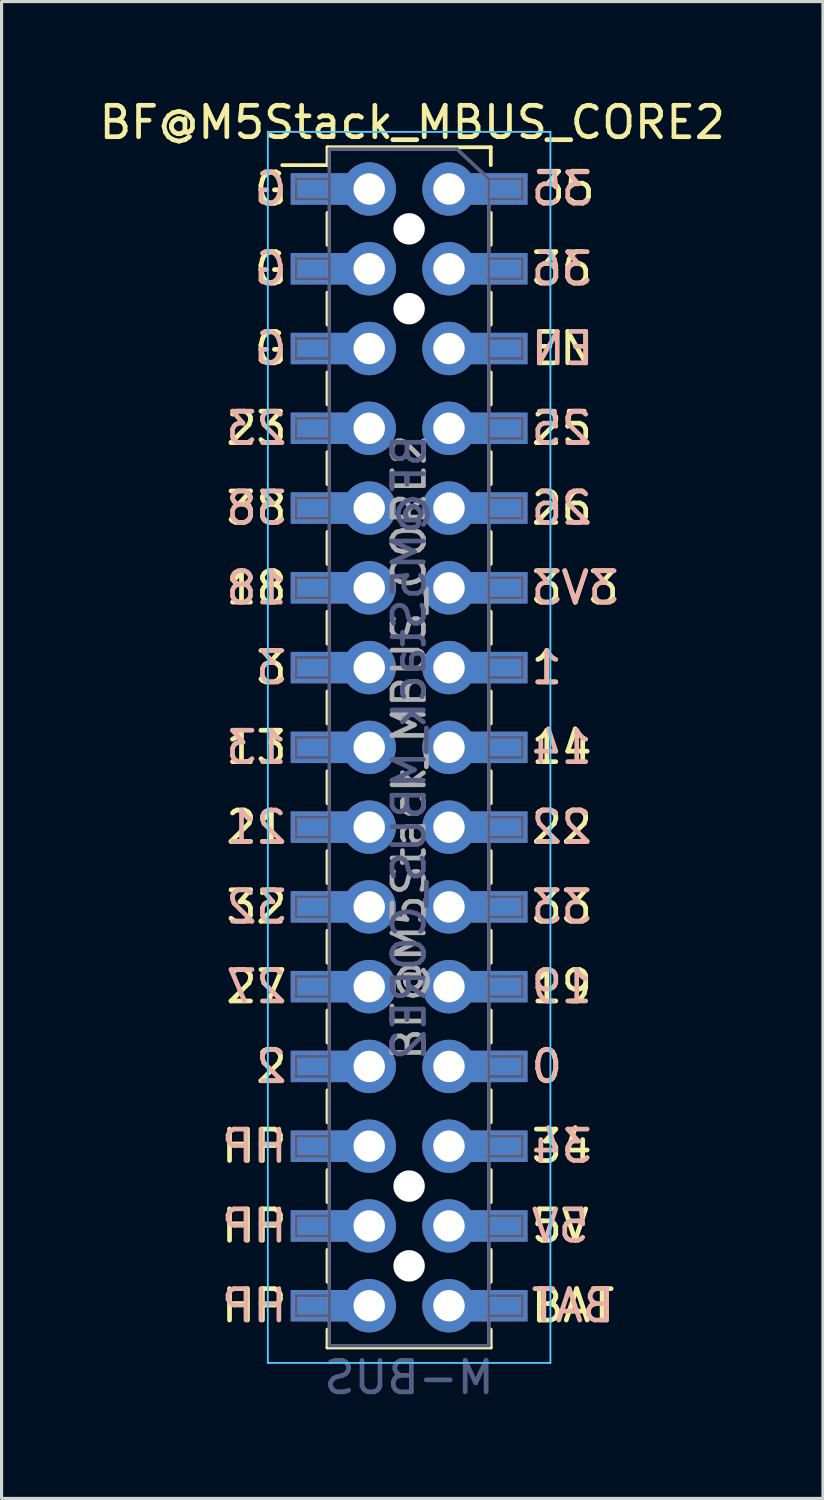
<source format=kicad_pcb>
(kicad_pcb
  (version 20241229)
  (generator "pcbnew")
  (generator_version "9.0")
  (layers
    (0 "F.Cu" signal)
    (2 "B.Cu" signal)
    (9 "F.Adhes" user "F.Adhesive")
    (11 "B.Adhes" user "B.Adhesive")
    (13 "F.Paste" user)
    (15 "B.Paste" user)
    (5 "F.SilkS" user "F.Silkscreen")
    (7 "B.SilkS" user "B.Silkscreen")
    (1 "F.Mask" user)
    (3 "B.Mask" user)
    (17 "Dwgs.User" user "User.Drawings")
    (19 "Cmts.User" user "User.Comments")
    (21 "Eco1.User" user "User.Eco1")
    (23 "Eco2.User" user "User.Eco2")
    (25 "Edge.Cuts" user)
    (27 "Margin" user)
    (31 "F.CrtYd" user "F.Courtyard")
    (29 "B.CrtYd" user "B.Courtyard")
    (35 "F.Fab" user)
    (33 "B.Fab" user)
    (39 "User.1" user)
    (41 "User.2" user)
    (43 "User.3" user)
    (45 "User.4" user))
  (footprint "BF@M5Stack_MBUS_CORE2"
    (layer "F.Cu")
    (at 9.977 20.748)
    (property "Reference" "BF@M5Stack_MBUS_CORE2" (at 0.1 -19.9 0) (layer "F.SilkS") (effects (font (size 1 1) (thickness 0.15))))
    (attr smd)
    (fp_line (start -4.04 -18.54) (end -2.6 -18.54) (stroke (width 0.12) (type solid)) (layer "F.SilkS"))
    (fp_line (start -2.6 -19.11) (end -2.6 -18.54) (stroke (width 0.12) (type solid)) (layer "F.SilkS"))
    (fp_line (start -2.6 -19.11) (end 2.6 -19.11) (stroke (width 0.12) (type solid)) (layer "F.SilkS"))
    (fp_line (start -2.6 -17.02) (end -2.6 -16) (stroke (width 0.12) (type solid)) (layer "F.SilkS"))
    (fp_line (start -2.6 -14.48) (end -2.6 -13.46) (stroke (width 0.12) (type solid)) (layer "F.SilkS"))
    (fp_line (start -2.6 -11.94) (end -2.6 -10.92) (stroke (width 0.12) (type solid)) (layer "F.SilkS"))
    (fp_line (start -2.6 -9.4) (end -2.6 -8.38) (stroke (width 0.12) (type solid)) (layer "F.SilkS"))
    (fp_line (start -2.6 -6.86) (end -2.6 -5.84) (stroke (width 0.12) (type solid)) (layer "F.SilkS"))
    (fp_line (start -2.6 -4.32) (end -2.6 -3.3) (stroke (width 0.12) (type solid)) (layer "F.SilkS"))
    (fp_line (start -2.6 -1.78) (end -2.6 -0.76) (stroke (width 0.12) (type solid)) (layer "F.SilkS"))
    (fp_line (start -2.6 0.76) (end -2.6 1.78) (stroke (width 0.12) (type solid)) (layer "F.SilkS"))
    (fp_line (start -2.6 3.3) (end -2.6 4.32) (stroke (width 0.12) (type solid)) (layer "F.SilkS"))
    (fp_line (start -2.6 5.84) (end -2.6 6.86) (stroke (width 0.12) (type solid)) (layer "F.SilkS"))
    (fp_line (start -2.6 8.38) (end -2.6 9.4) (stroke (width 0.12) (type solid)) (layer "F.SilkS"))
    (fp_line (start -2.6 10.92) (end -2.6 11.94) (stroke (width 0.12) (type solid)) (layer "F.SilkS"))
    (fp_line (start -2.6 13.46) (end -2.6 14.48) (stroke (width 0.12) (type solid)) (layer "F.SilkS"))
    (fp_line (start -2.6 16) (end -2.6 17.02) (stroke (width 0.12) (type solid)) (layer "F.SilkS"))
    (fp_line (start -2.6 18.54) (end -2.6 19.11) (stroke (width 0.12) (type solid)) (layer "F.SilkS"))
    (fp_line (start -2.6 19.11) (end 2.6 19.11) (stroke (width 0.12) (type solid)) (layer "F.SilkS"))
    (fp_line (start 2.6 -19.11) (end 2.6 -18.54) (stroke (width 0.12) (type solid)) (layer "F.SilkS"))
    (fp_line (start 2.6 -17.02) (end 2.6 -16) (stroke (width 0.12) (type solid)) (layer "F.SilkS"))
    (fp_line (start 2.6 -14.48) (end 2.6 -13.46) (stroke (width 0.12) (type solid)) (layer "F.SilkS"))
    (fp_line (start 2.6 -11.94) (end 2.6 -10.92) (stroke (width 0.12) (type solid)) (layer "F.SilkS"))
    (fp_line (start 2.6 -9.4) (end 2.6 -8.38) (stroke (width 0.12) (type solid)) (layer "F.SilkS"))
    (fp_line (start 2.6 -6.86) (end 2.6 -5.84) (stroke (width 0.12) (type solid)) (layer "F.SilkS"))
    (fp_line (start 2.6 -4.32) (end 2.6 -3.3) (stroke (width 0.12) (type solid)) (layer "F.SilkS"))
    (fp_line (start 2.6 -1.78) (end 2.6 -0.76) (stroke (width 0.12) (type solid)) (layer "F.SilkS"))
    (fp_line (start 2.6 0.76) (end 2.6 1.78) (stroke (width 0.12) (type solid)) (layer "F.SilkS"))
    (fp_line (start 2.6 3.3) (end 2.6 4.32) (stroke (width 0.12) (type solid)) (layer "F.SilkS"))
    (fp_line (start 2.6 5.84) (end 2.6 6.86) (stroke (width 0.12) (type solid)) (layer "F.SilkS"))
    (fp_line (start 2.6 8.38) (end 2.6 9.4) (stroke (width 0.12) (type solid)) (layer "F.SilkS"))
    (fp_line (start 2.6 10.92) (end 2.6 11.94) (stroke (width 0.12) (type solid)) (layer "F.SilkS"))
    (fp_line (start 2.6 13.46) (end 2.6 14.48) (stroke (width 0.12) (type solid)) (layer "F.SilkS"))
    (fp_line (start 2.6 16) (end 2.6 17.02) (stroke (width 0.12) (type solid)) (layer "F.SilkS"))
    (fp_line (start 2.6 18.54) (end 2.6 19.11) (stroke (width 0.12) (type solid)) (layer "F.SilkS"))
    (fp_poly (pts (xy -1.968 -17.335) (xy -3.683 -17.335) (xy -3.683 -18.224) (xy -1.968 -18.224)) (stroke (width 0.1) (type solid)) (fill yes) (layer "F.Paste"))
    (fp_poly (pts (xy -1.968 -14.796) (xy -3.683 -14.796) (xy -3.683 -15.684) (xy -1.968 -15.684)) (stroke (width 0.1) (type solid)) (fill yes) (layer "F.Paste"))
    (fp_poly (pts (xy -1.968 -12.255) (xy -3.683 -12.255) (xy -3.683 -13.145) (xy -1.968 -13.145)) (stroke (width 0.1) (type solid)) (fill yes) (layer "F.Paste"))
    (fp_poly (pts (xy -1.968 -9.716) (xy -3.683 -9.716) (xy -3.683 -10.604) (xy -1.968 -10.604)) (stroke (width 0.1) (type solid)) (fill yes) (layer "F.Paste"))
    (fp_poly (pts (xy -1.968 -7.176) (xy -3.683 -7.176) (xy -3.683 -8.065) (xy -1.968 -8.065)) (stroke (width 0.1) (type solid)) (fill yes) (layer "F.Paste"))
    (fp_poly (pts (xy -1.968 -4.636) (xy -3.683 -4.636) (xy -3.683 -5.524) (xy -1.968 -5.524)) (stroke (width 0.1) (type solid)) (fill yes) (layer "F.Paste"))
    (fp_poly (pts (xy -1.968 -2.095) (xy -3.683 -2.095) (xy -3.683 -2.985) (xy -1.968 -2.985)) (stroke (width 0.1) (type solid)) (fill yes) (layer "F.Paste"))
    (fp_poly (pts (xy -1.968 0.445) (xy -3.683 0.445) (xy -3.683 -0.445) (xy -1.968 -0.445)) (stroke (width 0.1) (type solid)) (fill yes) (layer "F.Paste"))
    (fp_poly (pts (xy -1.968 2.985) (xy -3.683 2.985) (xy -3.683 2.095) (xy -1.968 2.095)) (stroke (width 0.1) (type solid)) (fill yes) (layer "F.Paste"))
    (fp_poly (pts (xy -1.968 5.524) (xy -3.683 5.524) (xy -3.683 4.636) (xy -1.968 4.636)) (stroke (width 0.1) (type solid)) (fill yes) (layer "F.Paste"))
    (fp_poly (pts (xy -1.968 8.065) (xy -3.683 8.065) (xy -3.683 7.176) (xy -1.968 7.176)) (stroke (width 0.1) (type solid)) (fill yes) (layer "F.Paste"))
    (fp_poly (pts (xy -1.968 10.604) (xy -3.683 10.604) (xy -3.683 9.716) (xy -1.968 9.716)) (stroke (width 0.1) (type solid)) (fill yes) (layer "F.Paste"))
    (fp_poly (pts (xy -1.968 13.145) (xy -3.683 13.145) (xy -3.683 12.255) (xy -1.968 12.255)) (stroke (width 0.1) (type solid)) (fill yes) (layer "F.Paste"))
    (fp_poly (pts (xy -1.968 15.684) (xy -3.683 15.684) (xy -3.683 14.796) (xy -1.968 14.796)) (stroke (width 0.1) (type solid)) (fill yes) (layer "F.Paste"))
    (fp_poly (pts (xy -1.968 18.224) (xy -3.683 18.224) (xy -3.683 17.335) (xy -1.968 17.335)) (stroke (width 0.1) (type solid)) (fill yes) (layer "F.Paste"))
    (fp_poly (pts (xy 3.683 -17.335) (xy 1.968 -17.335) (xy 1.968 -18.224) (xy 3.683 -18.224)) (stroke (width 0.1) (type solid)) (fill yes) (layer "F.Paste"))
    (fp_poly (pts (xy 3.683 -14.796) (xy 1.968 -14.796) (xy 1.968 -15.684) (xy 3.683 -15.684)) (stroke (width 0.1) (type solid)) (fill yes) (layer "F.Paste"))
    (fp_poly (pts (xy 3.683 -12.255) (xy 1.968 -12.255) (xy 1.968 -13.145) (xy 3.683 -13.145)) (stroke (width 0.1) (type solid)) (fill yes) (layer "F.Paste"))
    (fp_poly (pts (xy 3.683 -9.716) (xy 1.968 -9.716) (xy 1.968 -10.604) (xy 3.683 -10.604)) (stroke (width 0.1) (type solid)) (fill yes) (layer "F.Paste"))
    (fp_poly (pts (xy 3.683 -7.176) (xy 1.968 -7.176) (xy 1.968 -8.065) (xy 3.683 -8.065)) (stroke (width 0.1) (type solid)) (fill yes) (layer "F.Paste"))
    (fp_poly (pts (xy 3.683 -4.636) (xy 1.968 -4.636) (xy 1.968 -5.524) (xy 3.683 -5.524)) (stroke (width 0.1) (type solid)) (fill yes) (layer "F.Paste"))
    (fp_poly (pts (xy 3.683 -2.095) (xy 1.968 -2.095) (xy 1.968 -2.985) (xy 3.683 -2.985)) (stroke (width 0.1) (type solid)) (fill yes) (layer "F.Paste"))
    (fp_poly (pts (xy 3.683 0.445) (xy 1.968 0.445) (xy 1.968 -0.445) (xy 3.683 -0.445)) (stroke (width 0.1) (type solid)) (fill yes) (layer "F.Paste"))
    (fp_poly (pts (xy 3.683 2.985) (xy 1.968 2.985) (xy 1.968 2.095) (xy 3.683 2.095)) (stroke (width 0.1) (type solid)) (fill yes) (layer "F.Paste"))
    (fp_poly (pts (xy 3.683 5.524) (xy 1.968 5.524) (xy 1.968 4.636) (xy 3.683 4.636)) (stroke (width 0.1) (type solid)) (fill yes) (layer "F.Paste"))
    (fp_poly (pts (xy 3.683 8.065) (xy 1.968 8.065) (xy 1.968 7.176) (xy 3.683 7.176)) (stroke (width 0.1) (type solid)) (fill yes) (layer "F.Paste"))
    (fp_poly (pts (xy 3.683 10.604) (xy 1.968 10.604) (xy 1.968 9.716) (xy 3.683 9.716)) (stroke (width 0.1) (type solid)) (fill yes) (layer "F.Paste"))
    (fp_poly (pts (xy 3.683 13.145) (xy 1.968 13.145) (xy 1.968 12.255) (xy 3.683 12.255)) (stroke (width 0.1) (type solid)) (fill yes) (layer "F.Paste"))
    (fp_poly (pts (xy 3.683 15.684) (xy 1.968 15.684) (xy 1.968 14.796) (xy 3.683 14.796)) (stroke (width 0.1) (type solid)) (fill yes) (layer "F.Paste"))
    (fp_poly (pts (xy 3.683 18.224) (xy 1.968 18.224) (xy 1.968 17.335) (xy 3.683 17.335)) (stroke (width 0.1) (type solid)) (fill yes) (layer "F.Paste"))
    (fp_poly (pts (xy -1.968 -18.224) (xy -3.683 -18.224) (xy -3.683 -17.335) (xy -1.968 -17.335)) (stroke (width 0.1) (type solid)) (fill yes) (layer "B.Paste"))
    (fp_poly (pts (xy -1.968 -15.684) (xy -3.683 -15.684) (xy -3.683 -14.796) (xy -1.968 -14.796)) (stroke (width 0.1) (type solid)) (fill yes) (layer "B.Paste"))
    (fp_poly (pts (xy -1.968 -13.145) (xy -3.683 -13.145) (xy -3.683 -12.255) (xy -1.968 -12.255)) (stroke (width 0.1) (type solid)) (fill yes) (layer "B.Paste"))
    (fp_poly (pts (xy -1.968 -10.604) (xy -3.683 -10.604) (xy -3.683 -9.716) (xy -1.968 -9.716)) (stroke (width 0.1) (type solid)) (fill yes) (layer "B.Paste"))
    (fp_poly (pts (xy -1.968 -8.065) (xy -3.683 -8.065) (xy -3.683 -7.176) (xy -1.968 -7.176)) (stroke (width 0.1) (type solid)) (fill yes) (layer "B.Paste"))
    (fp_poly (pts (xy -1.968 -5.524) (xy -3.683 -5.524) (xy -3.683 -4.636) (xy -1.968 -4.636)) (stroke (width 0.1) (type solid)) (fill yes) (layer "B.Paste"))
    (fp_poly (pts (xy -1.968 -2.985) (xy -3.683 -2.985) (xy -3.683 -2.095) (xy -1.968 -2.095)) (stroke (width 0.1) (type solid)) (fill yes) (layer "B.Paste"))
    (fp_poly (pts (xy -1.968 -0.445) (xy -3.683 -0.445) (xy -3.683 0.445) (xy -1.968 0.445)) (stroke (width 0.1) (type solid)) (fill yes) (layer "B.Paste"))
    (fp_poly (pts (xy -1.968 2.095) (xy -3.683 2.095) (xy -3.683 2.985) (xy -1.968 2.985)) (stroke (width 0.1) (type solid)) (fill yes) (layer "B.Paste"))
    (fp_poly (pts (xy -1.968 4.636) (xy -3.683 4.636) (xy -3.683 5.524) (xy -1.968 5.524)) (stroke (width 0.1) (type solid)) (fill yes) (layer "B.Paste"))
    (fp_poly (pts (xy -1.968 7.176) (xy -3.683 7.176) (xy -3.683 8.065) (xy -1.968 8.065)) (stroke (width 0.1) (type solid)) (fill yes) (layer "B.Paste"))
    (fp_poly (pts (xy -1.968 9.716) (xy -3.683 9.716) (xy -3.683 10.604) (xy -1.968 10.604)) (stroke (width 0.1) (type solid)) (fill yes) (layer "B.Paste"))
    (fp_poly (pts (xy -1.968 12.255) (xy -3.683 12.255) (xy -3.683 13.145) (xy -1.968 13.145)) (stroke (width 0.1) (type solid)) (fill yes) (layer "B.Paste"))
    (fp_poly (pts (xy -1.968 14.796) (xy -3.683 14.796) (xy -3.683 15.684) (xy -1.968 15.684)) (stroke (width 0.1) (type solid)) (fill yes) (layer "B.Paste"))
    (fp_poly (pts (xy -1.968 17.335) (xy -3.683 17.335) (xy -3.683 18.224) (xy -1.968 18.224)) (stroke (width 0.1) (type solid)) (fill yes) (layer "B.Paste"))
    (fp_poly (pts (xy 3.683 -18.224) (xy 1.968 -18.224) (xy 1.968 -17.335) (xy 3.683 -17.335)) (stroke (width 0.1) (type solid)) (fill yes) (layer "B.Paste"))
    (fp_poly (pts (xy 3.683 -15.684) (xy 1.968 -15.684) (xy 1.968 -14.796) (xy 3.683 -14.796)) (stroke (width 0.1) (type solid)) (fill yes) (layer "B.Paste"))
    (fp_poly (pts (xy 3.683 -13.145) (xy 1.968 -13.145) (xy 1.968 -12.255) (xy 3.683 -12.255)) (stroke (width 0.1) (type solid)) (fill yes) (layer "B.Paste"))
    (fp_poly (pts (xy 3.683 -10.604) (xy 1.968 -10.604) (xy 1.968 -9.716) (xy 3.683 -9.716)) (stroke (width 0.1) (type solid)) (fill yes) (layer "B.Paste"))
    (fp_poly (pts (xy 3.683 -8.065) (xy 1.968 -8.065) (xy 1.968 -7.176) (xy 3.683 -7.176)) (stroke (width 0.1) (type solid)) (fill yes) (layer "B.Paste"))
    (fp_poly (pts (xy 3.683 -5.524) (xy 1.968 -5.524) (xy 1.968 -4.636) (xy 3.683 -4.636)) (stroke (width 0.1) (type solid)) (fill yes) (layer "B.Paste"))
    (fp_poly (pts (xy 3.683 -2.985) (xy 1.968 -2.985) (xy 1.968 -2.095) (xy 3.683 -2.095)) (stroke (width 0.1) (type solid)) (fill yes) (layer "B.Paste"))
    (fp_poly (pts (xy 3.683 -0.445) (xy 1.968 -0.445) (xy 1.968 0.445) (xy 3.683 0.445)) (stroke (width 0.1) (type solid)) (fill yes) (layer "B.Paste"))
    (fp_poly (pts (xy 3.683 2.095) (xy 1.968 2.095) (xy 1.968 2.985) (xy 3.683 2.985)) (stroke (width 0.1) (type solid)) (fill yes) (layer "B.Paste"))
    (fp_poly (pts (xy 3.683 4.636) (xy 1.968 4.636) (xy 1.968 5.524) (xy 3.683 5.524)) (stroke (width 0.1) (type solid)) (fill yes) (layer "B.Paste"))
    (fp_poly (pts (xy 3.683 7.176) (xy 1.968 7.176) (xy 1.968 8.065) (xy 3.683 8.065)) (stroke (width 0.1) (type solid)) (fill yes) (layer "B.Paste"))
    (fp_poly (pts (xy 3.683 9.716) (xy 1.968 9.716) (xy 1.968 10.604) (xy 3.683 10.604)) (stroke (width 0.1) (type solid)) (fill yes) (layer "B.Paste"))
    (fp_poly (pts (xy 3.683 12.255) (xy 1.968 12.255) (xy 1.968 13.145) (xy 3.683 13.145)) (stroke (width 0.1) (type solid)) (fill yes) (layer "B.Paste"))
    (fp_poly (pts (xy 3.683 14.796) (xy 1.968 14.796) (xy 1.968 15.684) (xy 3.683 15.684)) (stroke (width 0.1) (type solid)) (fill yes) (layer "B.Paste"))
    (fp_poly (pts (xy 3.683 17.335) (xy 1.968 17.335) (xy 1.968 18.224) (xy 3.683 18.224)) (stroke (width 0.1) (type solid)) (fill yes) (layer "B.Paste"))
    (fp_line (start -4.5 -19.6) (end 4.5 -19.6) (stroke (width 0.05) (type solid)) (layer "B.CrtYd"))
    (fp_line (start -4.5 19.6) (end -4.5 -19.6) (stroke (width 0.05) (type solid)) (layer "B.CrtYd"))
    (fp_line (start 4.5 -19.6) (end 4.5 19.6) (stroke (width 0.05) (type solid)) (layer "B.CrtYd"))
    (fp_line (start 4.5 19.6) (end -4.5 19.6) (stroke (width 0.05) (type solid)) (layer "B.CrtYd"))
    (fp_line (start -4.5 -19.6) (end -4.5 19.6) (stroke (width 0.05) (type solid)) (layer "F.CrtYd"))
    (fp_line (start -4.5 19.6) (end 4.5 19.6) (stroke (width 0.05) (type solid)) (layer "F.CrtYd"))
    (fp_line (start 4.5 -19.6) (end -4.5 -19.6) (stroke (width 0.05) (type solid)) (layer "F.CrtYd"))
    (fp_line (start 4.5 19.6) (end 4.5 -19.6) (stroke (width 0.05) (type solid)) (layer "F.CrtYd"))
    (fp_line (start -3.6 -18.1) (end -3.6 -17.46) (stroke (width 0.1) (type solid)) (layer "B.Fab"))
    (fp_line (start -3.6 -17.46) (end -2.54 -17.46) (stroke (width 0.1) (type solid)) (layer "B.Fab"))
    (fp_line (start -3.6 -15.56) (end -3.6 -14.92) (stroke (width 0.1) (type solid)) (layer "B.Fab"))
    (fp_line (start -3.6 -14.92) (end -2.54 -14.92) (stroke (width 0.1) (type solid)) (layer "B.Fab"))
    (fp_line (start -3.6 -13.02) (end -3.6 -12.38) (stroke (width 0.1) (type solid)) (layer "B.Fab"))
    (fp_line (start -3.6 -12.38) (end -2.54 -12.38) (stroke (width 0.1) (type solid)) (layer "B.Fab"))
    (fp_line (start -3.6 -10.48) (end -3.6 -9.84) (stroke (width 0.1) (type solid)) (layer "B.Fab"))
    (fp_line (start -3.6 -9.84) (end -2.54 -9.84) (stroke (width 0.1) (type solid)) (layer "B.Fab"))
    (fp_line (start -3.6 -7.94) (end -3.6 -7.3) (stroke (width 0.1) (type solid)) (layer "B.Fab"))
    (fp_line (start -3.6 -7.3) (end -2.54 -7.3) (stroke (width 0.1) (type solid)) (layer "B.Fab"))
    (fp_line (start -3.6 -5.4) (end -3.6 -4.76) (stroke (width 0.1) (type solid)) (layer "B.Fab"))
    (fp_line (start -3.6 -4.76) (end -2.54 -4.76) (stroke (width 0.1) (type solid)) (layer "B.Fab"))
    (fp_line (start -3.6 -2.86) (end -3.6 -2.22) (stroke (width 0.1) (type solid)) (layer "B.Fab"))
    (fp_line (start -3.6 -2.22) (end -2.54 -2.22) (stroke (width 0.1) (type solid)) (layer "B.Fab"))
    (fp_line (start -3.6 -0.32) (end -3.6 0.32) (stroke (width 0.1) (type solid)) (layer "B.Fab"))
    (fp_line (start -3.6 0.32) (end -2.54 0.32) (stroke (width 0.1) (type solid)) (layer "B.Fab"))
    (fp_line (start -3.6 2.22) (end -3.6 2.86) (stroke (width 0.1) (type solid)) (layer "B.Fab"))
    (fp_line (start -3.6 2.86) (end -2.54 2.86) (stroke (width 0.1) (type solid)) (layer "B.Fab"))
    (fp_line (start -3.6 4.76) (end -3.6 5.4) (stroke (width 0.1) (type solid)) (layer "B.Fab"))
    (fp_line (start -3.6 5.4) (end -2.54 5.4) (stroke (width 0.1) (type solid)) (layer "B.Fab"))
    (fp_line (start -3.6 7.3) (end -3.6 7.94) (stroke (width 0.1) (type solid)) (layer "B.Fab"))
    (fp_line (start -3.6 7.94) (end -2.54 7.94) (stroke (width 0.1) (type solid)) (layer "B.Fab"))
    (fp_line (start -3.6 9.84) (end -3.6 10.48) (stroke (width 0.1) (type solid)) (layer "B.Fab"))
    (fp_line (start -3.6 10.48) (end -2.54 10.48) (stroke (width 0.1) (type solid)) (layer "B.Fab"))
    (fp_line (start -3.6 12.38) (end -3.6 13.02) (stroke (width 0.1) (type solid)) (layer "B.Fab"))
    (fp_line (start -3.6 13.02) (end -2.54 13.02) (stroke (width 0.1) (type solid)) (layer "B.Fab"))
    (fp_line (start -3.6 14.92) (end -3.6 15.56) (stroke (width 0.1) (type solid)) (layer "B.Fab"))
    (fp_line (start -3.6 15.56) (end -2.54 15.56) (stroke (width 0.1) (type solid)) (layer "B.Fab"))
    (fp_line (start -3.6 17.46) (end -3.6 18.1) (stroke (width 0.1) (type solid)) (layer "B.Fab"))
    (fp_line (start -3.6 18.1) (end -2.54 18.1) (stroke (width 0.1) (type solid)) (layer "B.Fab"))
    (fp_line (start -2.54 -19.05) (end 1.524 -19.05) (stroke (width 0.1) (type solid)) (layer "B.Fab"))
    (fp_line (start -2.54 -18.1) (end -3.6 -18.1) (stroke (width 0.1) (type solid)) (layer "B.Fab"))
    (fp_line (start -2.54 -15.56) (end -3.6 -15.56) (stroke (width 0.1) (type solid)) (layer "B.Fab"))
    (fp_line (start -2.54 -13.02) (end -3.6 -13.02) (stroke (width 0.1) (type solid)) (layer "B.Fab"))
    (fp_line (start -2.54 -10.48) (end -3.6 -10.48) (stroke (width 0.1) (type solid)) (layer "B.Fab"))
    (fp_line (start -2.54 -7.94) (end -3.6 -7.94) (stroke (width 0.1) (type solid)) (layer "B.Fab"))
    (fp_line (start -2.54 -5.4) (end -3.6 -5.4) (stroke (width 0.1) (type solid)) (layer "B.Fab"))
    (fp_line (start -2.54 -2.86) (end -3.6 -2.86) (stroke (width 0.1) (type solid)) (layer "B.Fab"))
    (fp_line (start -2.54 -0.32) (end -3.6 -0.32) (stroke (width 0.1) (type solid)) (layer "B.Fab"))
    (fp_line (start -2.54 2.22) (end -3.6 2.22) (stroke (width 0.1) (type solid)) (layer "B.Fab"))
    (fp_line (start -2.54 4.76) (end -3.6 4.76) (stroke (width 0.1) (type solid)) (layer "B.Fab"))
    (fp_line (start -2.54 7.3) (end -3.6 7.3) (stroke (width 0.1) (type solid)) (layer "B.Fab"))
    (fp_line (start -2.54 9.84) (end -3.6 9.84) (stroke (width 0.1) (type solid)) (layer "B.Fab"))
    (fp_line (start -2.54 12.38) (end -3.6 12.38) (stroke (width 0.1) (type solid)) (layer "B.Fab"))
    (fp_line (start -2.54 14.92) (end -3.6 14.92) (stroke (width 0.1) (type solid)) (layer "B.Fab"))
    (fp_line (start -2.54 17.46) (end -3.6 17.46) (stroke (width 0.1) (type solid)) (layer "B.Fab"))
    (fp_line (start -2.54 19.05) (end -2.54 -19.05) (stroke (width 0.1) (type solid)) (layer "B.Fab"))
    (fp_line (start 2.54 -18.1) (end 1.524 -19.05) (stroke (width 0.1) (type solid)) (layer "B.Fab"))
    (fp_line (start 2.54 -18.1) (end 2.54 19.05) (stroke (width 0.1) (type solid)) (layer "B.Fab"))
    (fp_line (start 2.54 -18.1) (end 3.6 -18.1) (stroke (width 0.1) (type solid)) (layer "B.Fab"))
    (fp_line (start 2.54 -15.56) (end 3.6 -15.56) (stroke (width 0.1) (type solid)) (layer "B.Fab"))
    (fp_line (start 2.54 -13.02) (end 3.6 -13.02) (stroke (width 0.1) (type solid)) (layer "B.Fab"))
    (fp_line (start 2.54 -10.48) (end 3.6 -10.48) (stroke (width 0.1) (type solid)) (layer "B.Fab"))
    (fp_line (start 2.54 -7.94) (end 3.6 -7.94) (stroke (width 0.1) (type solid)) (layer "B.Fab"))
    (fp_line (start 2.54 -5.4) (end 3.6 -5.4) (stroke (width 0.1) (type solid)) (layer "B.Fab"))
    (fp_line (start 2.54 -2.86) (end 3.6 -2.86) (stroke (width 0.1) (type solid)) (layer "B.Fab"))
    (fp_line (start 2.54 -0.32) (end 3.6 -0.32) (stroke (width 0.1) (type solid)) (layer "B.Fab"))
    (fp_line (start 2.54 2.22) (end 3.6 2.22) (stroke (width 0.1) (type solid)) (layer "B.Fab"))
    (fp_line (start 2.54 4.76) (end 3.6 4.76) (stroke (width 0.1) (type solid)) (layer "B.Fab"))
    (fp_line (start 2.54 7.3) (end 3.6 7.3) (stroke (width 0.1) (type solid)) (layer "B.Fab"))
    (fp_line (start 2.54 9.84) (end 3.6 9.84) (stroke (width 0.1) (type solid)) (layer "B.Fab"))
    (fp_line (start 2.54 12.38) (end 3.6 12.38) (stroke (width 0.1) (type solid)) (layer "B.Fab"))
    (fp_line (start 2.54 14.92) (end 3.6 14.92) (stroke (width 0.1) (type solid)) (layer "B.Fab"))
    (fp_line (start 2.54 17.46) (end 3.6 17.46) (stroke (width 0.1) (type solid)) (layer "B.Fab"))
    (fp_line (start 2.54 19.05) (end -2.54 19.05) (stroke (width 0.1) (type solid)) (layer "B.Fab"))
    (fp_line (start 3.6 -18.1) (end 3.6 -17.46) (stroke (width 0.1) (type solid)) (layer "B.Fab"))
    (fp_line (start 3.6 -17.46) (end 2.54 -17.46) (stroke (width 0.1) (type solid)) (layer "B.Fab"))
    (fp_line (start 3.6 -15.56) (end 3.6 -14.92) (stroke (width 0.1) (type solid)) (layer "B.Fab"))
    (fp_line (start 3.6 -14.92) (end 2.54 -14.92) (stroke (width 0.1) (type solid)) (layer "B.Fab"))
    (fp_line (start 3.6 -13.02) (end 3.6 -12.38) (stroke (width 0.1) (type solid)) (layer "B.Fab"))
    (fp_line (start 3.6 -12.38) (end 2.54 -12.38) (stroke (width 0.1) (type solid)) (layer "B.Fab"))
    (fp_line (start 3.6 -10.48) (end 3.6 -9.84) (stroke (width 0.1) (type solid)) (layer "B.Fab"))
    (fp_line (start 3.6 -9.84) (end 2.54 -9.84) (stroke (width 0.1) (type solid)) (layer "B.Fab"))
    (fp_line (start 3.6 -7.94) (end 3.6 -7.3) (stroke (width 0.1) (type solid)) (layer "B.Fab"))
    (fp_line (start 3.6 -7.3) (end 2.54 -7.3) (stroke (width 0.1) (type solid)) (layer "B.Fab"))
    (fp_line (start 3.6 -5.4) (end 3.6 -4.76) (stroke (width 0.1) (type solid)) (layer "B.Fab"))
    (fp_line (start 3.6 -4.76) (end 2.54 -4.76) (stroke (width 0.1) (type solid)) (layer "B.Fab"))
    (fp_line (start 3.6 -2.86) (end 3.6 -2.22) (stroke (width 0.1) (type solid)) (layer "B.Fab"))
    (fp_line (start 3.6 -2.22) (end 2.54 -2.22) (stroke (width 0.1) (type solid)) (layer "B.Fab"))
    (fp_line (start 3.6 -0.32) (end 3.6 0.32) (stroke (width 0.1) (type solid)) (layer "B.Fab"))
    (fp_line (start 3.6 0.32) (end 2.54 0.32) (stroke (width 0.1) (type solid)) (layer "B.Fab"))
    (fp_line (start 3.6 2.22) (end 3.6 2.86) (stroke (width 0.1) (type solid)) (layer "B.Fab"))
    (fp_line (start 3.6 2.86) (end 2.54 2.86) (stroke (width 0.1) (type solid)) (layer "B.Fab"))
    (fp_line (start 3.6 4.76) (end 3.6 5.4) (stroke (width 0.1) (type solid)) (layer "B.Fab"))
    (fp_line (start 3.6 5.4) (end 2.54 5.4) (stroke (width 0.1) (type solid)) (layer "B.Fab"))
    (fp_line (start 3.6 7.3) (end 3.6 7.94) (stroke (width 0.1) (type solid)) (layer "B.Fab"))
    (fp_line (start 3.6 7.94) (end 2.54 7.94) (stroke (width 0.1) (type solid)) (layer "B.Fab"))
    (fp_line (start 3.6 9.84) (end 3.6 10.48) (stroke (width 0.1) (type solid)) (layer "B.Fab"))
    (fp_line (start 3.6 10.48) (end 2.54 10.48) (stroke (width 0.1) (type solid)) (layer "B.Fab"))
    (fp_line (start 3.6 12.38) (end 3.6 13.02) (stroke (width 0.1) (type solid)) (layer "B.Fab"))
    (fp_line (start 3.6 13.02) (end 2.54 13.02) (stroke (width 0.1) (type solid)) (layer "B.Fab"))
    (fp_line (start 3.6 14.92) (end 3.6 15.56) (stroke (width 0.1) (type solid)) (layer "B.Fab"))
    (fp_line (start 3.6 15.56) (end 2.54 15.56) (stroke (width 0.1) (type solid)) (layer "B.Fab"))
    (fp_line (start 3.6 17.46) (end 3.6 18.1) (stroke (width 0.1) (type solid)) (layer "B.Fab"))
    (fp_line (start 3.6 18.1) (end 2.54 18.1) (stroke (width 0.1) (type solid)) (layer "B.Fab"))
    (fp_line (start -3.6 -18.1) (end -3.6 -17.46) (stroke (width 0.1) (type solid)) (layer "F.Fab"))
    (fp_line (start -3.6 -17.46) (end -2.54 -17.46) (stroke (width 0.1) (type solid)) (layer "F.Fab"))
    (fp_line (start -3.6 -15.56) (end -3.6 -14.92) (stroke (width 0.1) (type solid)) (layer "F.Fab"))
    (fp_line (start -3.6 -14.92) (end -2.54 -14.92) (stroke (width 0.1) (type solid)) (layer "F.Fab"))
    (fp_line (start -3.6 -13.02) (end -3.6 -12.38) (stroke (width 0.1) (type solid)) (layer "F.Fab"))
    (fp_line (start -3.6 -12.38) (end -2.54 -12.38) (stroke (width 0.1) (type solid)) (layer "F.Fab"))
    (fp_line (start -3.6 -10.48) (end -3.6 -9.84) (stroke (width 0.1) (type solid)) (layer "F.Fab"))
    (fp_line (start -3.6 -9.84) (end -2.54 -9.84) (stroke (width 0.1) (type solid)) (layer "F.Fab"))
    (fp_line (start -3.6 -7.94) (end -3.6 -7.3) (stroke (width 0.1) (type solid)) (layer "F.Fab"))
    (fp_line (start -3.6 -7.3) (end -2.54 -7.3) (stroke (width 0.1) (type solid)) (layer "F.Fab"))
    (fp_line (start -3.6 -5.4) (end -3.6 -4.76) (stroke (width 0.1) (type solid)) (layer "F.Fab"))
    (fp_line (start -3.6 -4.76) (end -2.54 -4.76) (stroke (width 0.1) (type solid)) (layer "F.Fab"))
    (fp_line (start -3.6 -2.86) (end -3.6 -2.22) (stroke (width 0.1) (type solid)) (layer "F.Fab"))
    (fp_line (start -3.6 -2.22) (end -2.54 -2.22) (stroke (width 0.1) (type solid)) (layer "F.Fab"))
    (fp_line (start -3.6 -0.32) (end -3.6 0.32) (stroke (width 0.1) (type solid)) (layer "F.Fab"))
    (fp_line (start -3.6 0.32) (end -2.54 0.32) (stroke (width 0.1) (type solid)) (layer "F.Fab"))
    (fp_line (start -3.6 2.22) (end -3.6 2.86) (stroke (width 0.1) (type solid)) (layer "F.Fab"))
    (fp_line (start -3.6 2.86) (end -2.54 2.86) (stroke (width 0.1) (type solid)) (layer "F.Fab"))
    (fp_line (start -3.6 4.76) (end -3.6 5.4) (stroke (width 0.1) (type solid)) (layer "F.Fab"))
    (fp_line (start -3.6 5.4) (end -2.54 5.4) (stroke (width 0.1) (type solid)) (layer "F.Fab"))
    (fp_line (start -3.6 7.3) (end -3.6 7.94) (stroke (width 0.1) (type solid)) (layer "F.Fab"))
    (fp_line (start -3.6 7.94) (end -2.54 7.94) (stroke (width 0.1) (type solid)) (layer "F.Fab"))
    (fp_line (start -3.6 9.84) (end -3.6 10.48) (stroke (width 0.1) (type solid)) (layer "F.Fab"))
    (fp_line (start -3.6 10.48) (end -2.54 10.48) (stroke (width 0.1) (type solid)) (layer "F.Fab"))
    (fp_line (start -3.6 12.38) (end -3.6 13.02) (stroke (width 0.1) (type solid)) (layer "F.Fab"))
    (fp_line (start -3.6 13.02) (end -2.54 13.02) (stroke (width 0.1) (type solid)) (layer "F.Fab"))
    (fp_line (start -3.6 14.92) (end -3.6 15.56) (stroke (width 0.1) (type solid)) (layer "F.Fab"))
    (fp_line (start -3.6 15.56) (end -2.54 15.56) (stroke (width 0.1) (type solid)) (layer "F.Fab"))
    (fp_line (start -3.6 17.46) (end -3.6 18.1) (stroke (width 0.1) (type solid)) (layer "F.Fab"))
    (fp_line (start -3.6 18.1) (end -2.54 18.1) (stroke (width 0.1) (type solid)) (layer "F.Fab"))
    (fp_line (start -2.54 -19.05) (end 1.524 -19.05) (stroke (width 0.1) (type solid)) (layer "F.Fab"))
    (fp_line (start -2.54 -18.1) (end -3.6 -18.1) (stroke (width 0.1) (type solid)) (layer "F.Fab"))
    (fp_line (start -2.54 -15.56) (end -3.6 -15.56) (stroke (width 0.1) (type solid)) (layer "F.Fab"))
    (fp_line (start -2.54 -13.02) (end -3.6 -13.02) (stroke (width 0.1) (type solid)) (layer "F.Fab"))
    (fp_line (start -2.54 -10.48) (end -3.6 -10.48) (stroke (width 0.1) (type solid)) (layer "F.Fab"))
    (fp_line (start -2.54 -7.94) (end -3.6 -7.94) (stroke (width 0.1) (type solid)) (layer "F.Fab"))
    (fp_line (start -2.54 -5.4) (end -3.6 -5.4) (stroke (width 0.1) (type solid)) (layer "F.Fab"))
    (fp_line (start -2.54 -2.86) (end -3.6 -2.86) (stroke (width 0.1) (type solid)) (layer "F.Fab"))
    (fp_line (start -2.54 -0.32) (end -3.6 -0.32) (stroke (width 0.1) (type solid)) (layer "F.Fab"))
    (fp_line (start -2.54 2.22) (end -3.6 2.22) (stroke (width 0.1) (type solid)) (layer "F.Fab"))
    (fp_line (start -2.54 4.76) (end -3.6 4.76) (stroke (width 0.1) (type solid)) (layer "F.Fab"))
    (fp_line (start -2.54 7.3) (end -3.6 7.3) (stroke (width 0.1) (type solid)) (layer "F.Fab"))
    (fp_line (start -2.54 9.84) (end -3.6 9.84) (stroke (width 0.1) (type solid)) (layer "F.Fab"))
    (fp_line (start -2.54 12.38) (end -3.6 12.38) (stroke (width 0.1) (type solid)) (layer "F.Fab"))
    (fp_line (start -2.54 14.92) (end -3.6 14.92) (stroke (width 0.1) (type solid)) (layer "F.Fab"))
    (fp_line (start -2.54 17.46) (end -3.6 17.46) (stroke (width 0.1) (type solid)) (layer "F.Fab"))
    (fp_line (start -2.54 19.05) (end -2.54 -19.05) (stroke (width 0.1) (type solid)) (layer "F.Fab"))
    (fp_line (start 2.54 -18.1) (end 1.524 -19.05) (stroke (width 0.1) (type solid)) (layer "F.Fab"))
    (fp_line (start 2.54 -18.1) (end 2.54 19.05) (stroke (width 0.1) (type solid)) (layer "F.Fab"))
    (fp_line (start 2.54 -18.1) (end 3.6 -18.1) (stroke (width 0.1) (type solid)) (layer "F.Fab"))
    (fp_line (start 2.54 -15.56) (end 3.6 -15.56) (stroke (width 0.1) (type solid)) (layer "F.Fab"))
    (fp_line (start 2.54 -13.02) (end 3.6 -13.02) (stroke (width 0.1) (type solid)) (layer "F.Fab"))
    (fp_line (start 2.54 -10.48) (end 3.6 -10.48) (stroke (width 0.1) (type solid)) (layer "F.Fab"))
    (fp_line (start 2.54 -7.94) (end 3.6 -7.94) (stroke (width 0.1) (type solid)) (layer "F.Fab"))
    (fp_line (start 2.54 -5.4) (end 3.6 -5.4) (stroke (width 0.1) (type solid)) (layer "F.Fab"))
    (fp_line (start 2.54 -2.86) (end 3.6 -2.86) (stroke (width 0.1) (type solid)) (layer "F.Fab"))
    (fp_line (start 2.54 -0.32) (end 3.6 -0.32) (stroke (width 0.1) (type solid)) (layer "F.Fab"))
    (fp_line (start 2.54 2.22) (end 3.6 2.22) (stroke (width 0.1) (type solid)) (layer "F.Fab"))
    (fp_line (start 2.54 4.76) (end 3.6 4.76) (stroke (width 0.1) (type solid)) (layer "F.Fab"))
    (fp_line (start 2.54 7.3) (end 3.6 7.3) (stroke (width 0.1) (type solid)) (layer "F.Fab"))
    (fp_line (start 2.54 9.84) (end 3.6 9.84) (stroke (width 0.1) (type solid)) (layer "F.Fab"))
    (fp_line (start 2.54 12.38) (end 3.6 12.38) (stroke (width 0.1) (type solid)) (layer "F.Fab"))
    (fp_line (start 2.54 14.92) (end 3.6 14.92) (stroke (width 0.1) (type solid)) (layer "F.Fab"))
    (fp_line (start 2.54 17.46) (end 3.6 17.46) (stroke (width 0.1) (type solid)) (layer "F.Fab"))
    (fp_line (start 2.54 19.05) (end -2.54 19.05) (stroke (width 0.1) (type solid)) (layer "F.Fab"))
    (fp_line (start 3.6 -18.1) (end 3.6 -17.46) (stroke (width 0.1) (type solid)) (layer "F.Fab"))
    (fp_line (start 3.6 -17.46) (end 2.54 -17.46) (stroke (width 0.1) (type solid)) (layer "F.Fab"))
    (fp_line (start 3.6 -15.56) (end 3.6 -14.92) (stroke (width 0.1) (type solid)) (layer "F.Fab"))
    (fp_line (start 3.6 -14.92) (end 2.54 -14.92) (stroke (width 0.1) (type solid)) (layer "F.Fab"))
    (fp_line (start 3.6 -13.02) (end 3.6 -12.38) (stroke (width 0.1) (type solid)) (layer "F.Fab"))
    (fp_line (start 3.6 -12.38) (end 2.54 -12.38) (stroke (width 0.1) (type solid)) (layer "F.Fab"))
    (fp_line (start 3.6 -10.48) (end 3.6 -9.84) (stroke (width 0.1) (type solid)) (layer "F.Fab"))
    (fp_line (start 3.6 -9.84) (end 2.54 -9.84) (stroke (width 0.1) (type solid)) (layer "F.Fab"))
    (fp_line (start 3.6 -7.94) (end 3.6 -7.3) (stroke (width 0.1) (type solid)) (layer "F.Fab"))
    (fp_line (start 3.6 -7.3) (end 2.54 -7.3) (stroke (width 0.1) (type solid)) (layer "F.Fab"))
    (fp_line (start 3.6 -5.4) (end 3.6 -4.76) (stroke (width 0.1) (type solid)) (layer "F.Fab"))
    (fp_line (start 3.6 -4.76) (end 2.54 -4.76) (stroke (width 0.1) (type solid)) (layer "F.Fab"))
    (fp_line (start 3.6 -2.86) (end 3.6 -2.22) (stroke (width 0.1) (type solid)) (layer "F.Fab"))
    (fp_line (start 3.6 -2.22) (end 2.54 -2.22) (stroke (width 0.1) (type solid)) (layer "F.Fab"))
    (fp_line (start 3.6 -0.32) (end 3.6 0.32) (stroke (width 0.1) (type solid)) (layer "F.Fab"))
    (fp_line (start 3.6 0.32) (end 2.54 0.32) (stroke (width 0.1) (type solid)) (layer "F.Fab"))
    (fp_line (start 3.6 2.22) (end 3.6 2.86) (stroke (width 0.1) (type solid)) (layer "F.Fab"))
    (fp_line (start 3.6 2.86) (end 2.54 2.86) (stroke (width 0.1) (type solid)) (layer "F.Fab"))
    (fp_line (start 3.6 4.76) (end 3.6 5.4) (stroke (width 0.1) (type solid)) (layer "F.Fab"))
    (fp_line (start 3.6 5.4) (end 2.54 5.4) (stroke (width 0.1) (type solid)) (layer "F.Fab"))
    (fp_line (start 3.6 7.3) (end 3.6 7.94) (stroke (width 0.1) (type solid)) (layer "F.Fab"))
    (fp_line (start 3.6 7.94) (end 2.54 7.94) (stroke (width 0.1) (type solid)) (layer "F.Fab"))
    (fp_line (start 3.6 9.84) (end 3.6 10.48) (stroke (width 0.1) (type solid)) (layer "F.Fab"))
    (fp_line (start 3.6 10.48) (end 2.54 10.48) (stroke (width 0.1) (type solid)) (layer "F.Fab"))
    (fp_line (start 3.6 12.38) (end 3.6 13.02) (stroke (width 0.1) (type solid)) (layer "F.Fab"))
    (fp_line (start 3.6 13.02) (end 2.54 13.02) (stroke (width 0.1) (type solid)) (layer "F.Fab"))
    (fp_line (start 3.6 14.92) (end 3.6 15.56) (stroke (width 0.1) (type solid)) (layer "F.Fab"))
    (fp_line (start 3.6 15.56) (end 2.54 15.56) (stroke (width 0.1) (type solid)) (layer "F.Fab"))
    (fp_line (start 3.6 17.46) (end 3.6 18.1) (stroke (width 0.1) (type solid)) (layer "F.Fab"))
    (fp_line (start 3.6 18.1) (end 2.54 18.1) (stroke (width 0.1) (type solid)) (layer "F.Fab"))
    (fp_text user "23" (at -3.81 -10.16 0) (layer "F.SilkS") (effects (font (size 1 1) (thickness 0.15)) (justify right)))
    (fp_text user "EN" (at 3.81 -12.7 0) (layer "F.SilkS") (effects (font (size 1 1) (thickness 0.15)) (justify left)))
    (fp_text user "5V" (at 3.81 15.24 0) (layer "F.SilkS") (effects (font (size 1 1) (thickness 0.15)) (justify left)))
    (fp_text user "35" (at 3.9 -17.8 0) (layer "F.SilkS") (effects (font (size 1 1) (thickness 0.15)) (justify left)))
    (fp_text user "21" (at -3.81 2.54 0) (layer "F.SilkS") (effects (font (size 1 1) (thickness 0.15)) (justify right)))
    (fp_text user "32" (at -3.81 5.08 0) (layer "F.SilkS") (effects (font (size 1 1) (thickness 0.15)) (justify right)))
    (fp_text user "34" (at 3.81 12.7 0) (layer "F.SilkS") (effects (font (size 1 1) (thickness 0.15)) (justify left)))
    (fp_text user "25" (at 3.81 -10.16 0) (layer "F.SilkS") (effects (font (size 1 1) (thickness 0.15)) (justify left)))
    (fp_text user "14" (at 3.81 0 0) (layer "F.SilkS") (effects (font (size 1 1) (thickness 0.15)) (justify left)))
    (fp_text user "2" (at -3.81 10.16 0) (layer "F.SilkS") (effects (font (size 1 1) (thickness 0.15)) (justify right)))
    (fp_text user "18" (at -3.81 -5.08 0) (layer "F.SilkS") (effects (font (size 1 1) (thickness 0.15)) (justify right)))
    (fp_text user "1" (at 3.81 -2.54 0) (layer "F.SilkS") (effects (font (size 1 1) (thickness 0.15)) (justify left)))
    (fp_text user "G" (at -3.81 -17.78 0) (layer "F.SilkS") (effects (font (size 1 1) (thickness 0.15)) (justify right)))
    (fp_text user "3" (at -3.81 -2.54 0) (layer "F.SilkS") (effects (font (size 1 1) (thickness 0.15)) (justify right)))
    (fp_text user "3V3" (at 3.81 -5.08 0) (layer "F.SilkS") (effects (font (size 1 1) (thickness 0.15)) (justify left)))
    (fp_text user "22" (at 3.81 2.54 0) (layer "F.SilkS") (effects (font (size 1 1) (thickness 0.15)) (justify left)))
    (fp_text user "BAT" (at 3.81 17.78 0) (layer "F.SilkS") (effects (font (size 1 1) (thickness 0.15)) (justify left)))
    (fp_text user "33" (at 3.81 5.08 0) (layer "F.SilkS") (effects (font (size 1 1) (thickness 0.15)) (justify left)))
    (fp_text user "HP" (at -3.81 15.24 0) (layer "F.SilkS") (effects (font (size 1 1) (thickness 0.15)) (justify right)))
    (fp_text user "13" (at -3.81 0 0) (layer "F.SilkS") (effects (font (size 1 1) (thickness 0.15)) (justify right)))
    (fp_text user "36" (at 3.81 -15.24 0) (layer "F.SilkS") (effects (font (size 1 1) (thickness 0.15)) (justify left)))
    (fp_text user "HP" (at -3.81 17.78 0) (layer "F.SilkS") (effects (font (size 1 1) (thickness 0.15)) (justify right)))
    (fp_text user "G" (at -3.81 -15.24 0) (layer "F.SilkS") (effects (font (size 1 1) (thickness 0.15)) (justify right)))
    (fp_text user "19" (at 3.81 7.62 0) (layer "F.SilkS") (effects (font (size 1 1) (thickness 0.15)) (justify left)))
    (fp_text user "0" (at 3.81 10.16 0) (layer "F.SilkS") (effects (font (size 1 1) (thickness 0.15)) (justify left)))
    (fp_text user "27" (at -3.81 7.62 0) (layer "F.SilkS") (effects (font (size 1 1) (thickness 0.15)) (justify right)))
    (fp_text user "38" (at -3.81 -7.62 0) (layer "F.SilkS") (effects (font (size 1 1) (thickness 0.15)) (justify right)))
    (fp_text user "G" (at -3.81 -12.7 0) (layer "F.SilkS") (effects (font (size 1 1) (thickness 0.15)) (justify right)))
    (fp_text user "HP" (at -3.81 12.7 0) (layer "F.SilkS") (effects (font (size 1 1) (thickness 0.15)) (justify right)))
    (fp_text user "26" (at 3.81 -7.62 0) (layer "F.SilkS") (effects (font (size 1 1) (thickness 0.15)) (justify left)))
    (fp_text user "BAT" (at 3.81 17.78 180) (layer "B.SilkS") (effects (font (size 1 1) (thickness 0.15)) (justify right mirror)))
    (fp_text user "25" (at 3.81 -10.16 180) (layer "B.SilkS") (effects (font (size 1 1) (thickness 0.15)) (justify right mirror)))
    (fp_text user "38" (at -3.81 -7.62 180) (layer "B.SilkS") (effects (font (size 1 1) (thickness 0.15)) (justify left mirror)))
    (fp_text user "36" (at 3.81 -15.24 180) (layer "B.SilkS") (effects (font (size 1 1) (thickness 0.15)) (justify right mirror)))
    (fp_text user "5V" (at 3.81 15.24 180) (layer "B.SilkS") (effects (font (size 1 1) (thickness 0.15)) (justify right mirror)))
    (fp_text user "35" (at 3.81 -17.78 180) (layer "B.SilkS") (effects (font (size 1 1) (thickness 0.15)) (justify right mirror)))
    (fp_text user "23" (at -3.81 -10.16 180) (layer "B.SilkS") (effects (font (size 1 1) (thickness 0.15)) (justify left mirror)))
    (fp_text user "14" (at 3.81 0 180) (layer "B.SilkS") (effects (font (size 1 1) (thickness 0.15)) (justify right mirror)))
    (fp_text user "0" (at 3.81 10.16 180) (layer "B.SilkS") (effects (font (size 1 1) (thickness 0.15)) (justify right mirror)))
    (fp_text user "3V3" (at 3.81 -5.08 180) (layer "B.SilkS") (effects (font (size 1 1) (thickness 0.15)) (justify right mirror)))
    (fp_text user "26" (at 3.81 -7.62 180) (layer "B.SilkS") (effects (font (size 1 1) (thickness 0.15)) (justify right mirror)))
    (fp_text user "2" (at -3.81 10.16 180) (layer "B.SilkS") (effects (font (size 1 1) (thickness 0.15)) (justify left mirror)))
    (fp_text user "19" (at 3.81 7.62 180) (layer "B.SilkS") (effects (font (size 1 1) (thickness 0.15)) (justify right mirror)))
    (fp_text user "G" (at -3.81 -15.24 180) (layer "B.SilkS") (effects (font (size 1 1) (thickness 0.15)) (justify left mirror)))
    (fp_text user "33" (at 3.81 5.08 180) (layer "B.SilkS") (effects (font (size 1 1) (thickness 0.15)) (justify right mirror)))
    (fp_text user "27" (at -3.81 7.62 180) (layer "B.SilkS") (effects (font (size 1 1) (thickness 0.15)) (justify left mirror)))
    (fp_text user "1" (at 3.81 -2.54 180) (layer "B.SilkS") (effects (font (size 1 1) (thickness 0.15)) (justify right mirror)))
    (fp_text user "EN" (at 3.81 -12.7 180) (layer "B.SilkS") (effects (font (size 1 1) (thickness 0.15)) (justify right mirror)))
    (fp_text user "32" (at -3.81 5.08 180) (layer "B.SilkS") (effects (font (size 1 1) (thickness 0.15)) (justify left mirror)))
    (fp_text user "G" (at -3.81 -17.78 180) (layer "B.SilkS") (effects (font (size 1 1) (thickness 0.15)) (justify left mirror)))
    (fp_text user "13" (at -3.81 0 180) (layer "B.SilkS") (effects (font (size 1 1) (thickness 0.15)) (justify left mirror)))
    (fp_text user "HP" (at -3.81 17.78 180) (layer "B.SilkS") (effects (font (size 1 1) (thickness 0.15)) (justify left mirror)))
    (fp_text user "22" (at 3.81 2.54 180) (layer "B.SilkS") (effects (font (size 1 1) (thickness 0.15)) (justify right mirror)))
    (fp_text user "HP" (at -3.81 12.7 180) (layer "B.SilkS") (effects (font (size 1 1) (thickness 0.15)) (justify left mirror)))
    (fp_text user "HP" (at -3.81 15.24 180) (layer "B.SilkS") (effects (font (size 1 1) (thickness 0.15)) (justify left mirror)))
    (fp_text user "21" (at -3.81 2.54 180) (layer "B.SilkS") (effects (font (size 1 1) (thickness 0.15)) (justify left mirror)))
    (fp_text user "G" (at -3.81 -12.7 180) (layer "B.SilkS") (effects (font (size 1 1) (thickness 0.15)) (justify left mirror)))
    (fp_text user "34" (at 3.81 12.7 180) (layer "B.SilkS") (effects (font (size 1 1) (thickness 0.15)) (justify right mirror)))
    (fp_text user "18" (at -3.81 -5.08 180) (layer "B.SilkS") (effects (font (size 1 1) (thickness 0.15)) (justify left mirror)))
    (fp_text user "3" (at -3.81 -2.54 180) (layer "B.SilkS") (effects (font (size 1 1) (thickness 0.15)) (justify left mirror)))
    (fp_text user "M-BUS" (at 0 20.066 0) (layer "B.Fab") (effects (font (size 1 1) (thickness 0.15)) (justify mirror)))
    (fp_text user "${REFERENCE}" (at 0 0 90) (layer "B.Fab") (effects (font (size 1 1) (thickness 0.15)) (justify mirror)))
    (fp_text user "${REFERENCE}" (at 0 0 90) (layer "F.Fab") (effects (font (size 1 1) (thickness 0.15))))
    (pad "" np_thru_hole circle (at 0 -16.51 180) (size 1 1) (drill 1) (layers "*.Cu" "*.Mask"))
    (pad "" np_thru_hole circle (at 0 -13.97 180) (size 1 1) (drill 1) (layers "*.Cu" "*.Mask"))
    (pad "" np_thru_hole circle (at 0 13.97 180) (size 1 1) (drill 1) (layers "*.Cu" "*.Mask"))
    (pad "" np_thru_hole circle (at 0 16.51 180) (size 1 1) (drill 1) (layers "*.Cu" "*.Mask"))
    (pad "1" smd custom (at 1.27 -17.78 180) (size 1 1) (layers "F.Cu" "F.Mask") (options (anchor rect)) (primitives (gr_poly (pts (xy 0.5 0.5) (xy 0.5 -0.5) (xy -2.5 -0.5) (xy -2.5 0.5)) (width 0) (fill yes))))
    (pad "1" smd custom (at 1.27 -17.78 180) (size 1 1) (layers "B.Cu" "B.Mask") (options (anchor rect)) (primitives (gr_poly (pts (xy 0.5 0.5) (xy 0.5 -0.5) (xy -2.5 -0.5) (xy -2.5 0.5)) (width 0) (fill yes))))
    (pad "1" thru_hole circle (at 1.27 -17.78 180) (size 1.7 1.7) (drill 1) (layers "*.Cu" "*.Mask"))
    (pad "2" smd custom (at -1.27 -17.78) (size 1 1) (layers "F.Cu" "F.Mask") (options (anchor rect)) (primitives (gr_poly (pts (xy 0.5 0.5) (xy 0.5 -0.5) (xy -2.5 -0.5) (xy -2.5 0.5)) (width 0) (fill yes))))
    (pad "2" smd custom (at -1.27 -17.78) (size 1 1) (layers "B.Cu" "B.Mask") (options (anchor rect)) (primitives (gr_poly (pts (xy 0.5 0.5) (xy 0.5 -0.5) (xy -2.5 -0.5) (xy -2.5 0.5)) (width 0) (fill yes))))
    (pad "2" thru_hole circle (at -1.27 -17.78) (size 1.7 1.7) (drill 1) (layers "*.Cu" "*.Mask"))
    (pad "3" smd custom (at 1.27 -15.24 180) (size 1 1) (layers "F.Cu" "F.Mask") (options (anchor rect)) (primitives (gr_poly (pts (xy 0.5 0.5) (xy 0.5 -0.5) (xy -2.5 -0.5) (xy -2.5 0.5)) (width 0) (fill yes))))
    (pad "3" smd custom (at 1.27 -15.24 180) (size 1 1) (layers "B.Cu" "B.Mask") (options (anchor rect)) (primitives (gr_poly (pts (xy 0.5 0.5) (xy 0.5 -0.5) (xy -2.5 -0.5) (xy -2.5 0.5)) (width 0) (fill yes))))
    (pad "3" thru_hole circle (at 1.27 -15.24 180) (size 1.7 1.7) (drill 1) (layers "*.Cu" "*.Mask"))
    (pad "4" smd custom (at -1.27 -15.24) (size 1 1) (layers "F.Cu" "F.Mask") (options (anchor rect)) (primitives (gr_poly (pts (xy 0.5 0.5) (xy 0.5 -0.5) (xy -2.5 -0.5) (xy -2.5 0.5)) (width 0) (fill yes))))
    (pad "4" smd custom (at -1.27 -15.24) (size 1 1) (layers "B.Cu" "B.Mask") (options (anchor rect)) (primitives (gr_poly (pts (xy 0.5 0.5) (xy 0.5 -0.5) (xy -2.5 -0.5) (xy -2.5 0.5)) (width 0) (fill yes))))
    (pad "4" thru_hole circle (at -1.27 -15.24) (size 1.7 1.7) (drill 1) (layers "*.Cu" "*.Mask"))
    (pad "5" smd custom (at 1.27 -12.7 180) (size 1 1) (layers "F.Cu" "F.Mask") (options (anchor rect)) (primitives (gr_poly (pts (xy 0.5 0.5) (xy 0.5 -0.5) (xy -2.5 -0.5) (xy -2.5 0.5)) (width 0) (fill yes))))
    (pad "5" smd custom (at 1.27 -12.7 180) (size 1 1) (layers "B.Cu" "B.Mask") (options (anchor rect)) (primitives (gr_poly (pts (xy 0.5 0.5) (xy 0.5 -0.5) (xy -2.5 -0.5) (xy -2.5 0.5)) (width 0) (fill yes))))
    (pad "5" thru_hole circle (at 1.27 -12.7 180) (size 1.7 1.7) (drill 1) (layers "*.Cu" "*.Mask"))
    (pad "6" smd custom (at -1.27 -12.7) (size 1 1) (layers "F.Cu" "F.Mask") (options (anchor rect)) (primitives (gr_poly (pts (xy 0.5 0.5) (xy 0.5 -0.5) (xy -2.5 -0.5) (xy -2.5 0.5)) (width 0) (fill yes))))
    (pad "6" smd custom (at -1.27 -12.7) (size 1 1) (layers "B.Cu" "B.Mask") (options (anchor rect)) (primitives (gr_poly (pts (xy 0.5 0.5) (xy 0.5 -0.5) (xy -2.5 -0.5) (xy -2.5 0.5)) (width 0) (fill yes))))
    (pad "6" thru_hole circle (at -1.27 -12.7) (size 1.7 1.7) (drill 1) (layers "*.Cu" "*.Mask"))
    (pad "7" smd custom (at 1.27 -10.16 180) (size 1 1) (layers "F.Cu" "F.Mask") (options (anchor rect)) (primitives (gr_poly (pts (xy 0.5 0.5) (xy 0.5 -0.5) (xy -2.5 -0.5) (xy -2.5 0.5)) (width 0) (fill yes))))
    (pad "7" smd custom (at 1.27 -10.16 180) (size 1 1) (layers "B.Cu" "B.Mask") (options (anchor rect)) (primitives (gr_poly (pts (xy 0.5 0.5) (xy 0.5 -0.5) (xy -2.5 -0.5) (xy -2.5 0.5)) (width 0) (fill yes))))
    (pad "7" thru_hole circle (at 1.27 -10.16 180) (size 1.7 1.7) (drill 1) (layers "*.Cu" "*.Mask"))
    (pad "8" smd custom (at -1.27 -10.16) (size 1 1) (layers "F.Cu" "F.Mask") (options (anchor rect)) (primitives (gr_poly (pts (xy 0.5 0.5) (xy 0.5 -0.5) (xy -2.5 -0.5) (xy -2.5 0.5)) (width 0) (fill yes))))
    (pad "8" smd custom (at -1.27 -10.16) (size 1 1) (layers "B.Cu" "B.Mask") (options (anchor rect)) (primitives (gr_poly (pts (xy 0.5 0.5) (xy 0.5 -0.5) (xy -2.5 -0.5) (xy -2.5 0.5)) (width 0) (fill yes))))
    (pad "8" thru_hole circle (at -1.27 -10.16) (size 1.7 1.7) (drill 1) (layers "*.Cu" "*.Mask"))
    (pad "9" smd custom (at 1.27 -7.62 180) (size 1 1) (layers "F.Cu" "F.Mask") (options (anchor rect)) (primitives (gr_poly (pts (xy 0.5 0.5) (xy 0.5 -0.5) (xy -2.5 -0.5) (xy -2.5 0.5)) (width 0) (fill yes))))
    (pad "9" smd custom (at 1.27 -7.62 180) (size 1 1) (layers "B.Cu" "B.Mask") (options (anchor rect)) (primitives (gr_poly (pts (xy 0.5 0.5) (xy 0.5 -0.5) (xy -2.5 -0.5) (xy -2.5 0.5)) (width 0) (fill yes))))
    (pad "9" thru_hole circle (at 1.27 -7.62 180) (size 1.7 1.7) (drill 1) (layers "*.Cu" "*.Mask"))
    (pad "10" smd custom (at -1.27 -7.62) (size 1 1) (layers "F.Cu" "F.Mask") (options (anchor rect)) (primitives (gr_poly (pts (xy 0.5 0.5) (xy 0.5 -0.5) (xy -2.5 -0.5) (xy -2.5 0.5)) (width 0) (fill yes))))
    (pad "10" smd custom (at -1.27 -7.62) (size 1 1) (layers "B.Cu" "B.Mask") (options (anchor rect)) (primitives (gr_poly (pts (xy 0.5 0.5) (xy 0.5 -0.5) (xy -2.5 -0.5) (xy -2.5 0.5)) (width 0) (fill yes))))
    (pad "10" thru_hole circle (at -1.27 -7.62) (size 1.7 1.7) (drill 1) (layers "*.Cu" "*.Mask"))
    (pad "11" smd custom (at 1.27 -5.08 180) (size 1 1) (layers "F.Cu" "F.Mask") (options (anchor rect)) (primitives (gr_poly (pts (xy 0.5 0.5) (xy 0.5 -0.5) (xy -2.5 -0.5) (xy -2.5 0.5)) (width 0) (fill yes))))
    (pad "11" smd custom (at 1.27 -5.08 180) (size 1 1) (layers "B.Cu" "B.Mask") (options (anchor rect)) (primitives (gr_poly (pts (xy 0.5 0.5) (xy 0.5 -0.5) (xy -2.5 -0.5) (xy -2.5 0.5)) (width 0) (fill yes))))
    (pad "11" thru_hole circle (at 1.27 -5.08 180) (size 1.7 1.7) (drill 1) (layers "*.Cu" "*.Mask"))
    (pad "12" smd custom (at -1.27 -5.08) (size 1 1) (layers "F.Cu" "F.Mask") (options (anchor rect)) (primitives (gr_poly (pts (xy 0.5 0.5) (xy 0.5 -0.5) (xy -2.5 -0.5) (xy -2.5 0.5)) (width 0) (fill yes))))
    (pad "12" smd custom (at -1.27 -5.08) (size 1 1) (layers "B.Cu" "B.Mask") (options (anchor rect)) (primitives (gr_poly (pts (xy 0.5 0.5) (xy 0.5 -0.5) (xy -2.5 -0.5) (xy -2.5 0.5)) (width 0) (fill yes))))
    (pad "12" thru_hole circle (at -1.27 -5.08) (size 1.7 1.7) (drill 1) (layers "*.Cu" "*.Mask"))
    (pad "13" smd custom (at 1.27 -2.54 180) (size 1 1) (layers "F.Cu" "F.Mask") (options (anchor rect)) (primitives (gr_poly (pts (xy 0.5 0.5) (xy 0.5 -0.5) (xy -2.5 -0.5) (xy -2.5 0.5)) (width 0) (fill yes))))
    (pad "13" smd custom (at 1.27 -2.54 180) (size 1 1) (layers "B.Cu" "B.Mask") (options (anchor rect)) (primitives (gr_poly (pts (xy 0.5 0.5) (xy 0.5 -0.5) (xy -2.5 -0.5) (xy -2.5 0.5)) (width 0) (fill yes))))
    (pad "13" thru_hole circle (at 1.27 -2.54 180) (size 1.7 1.7) (drill 1) (layers "*.Cu" "*.Mask"))
    (pad "14" smd custom (at -1.27 -2.54) (size 1 1) (layers "F.Cu" "F.Mask") (options (anchor rect)) (primitives (gr_poly (pts (xy 0.5 0.5) (xy 0.5 -0.5) (xy -2.5 -0.5) (xy -2.5 0.5)) (width 0) (fill yes))))
    (pad "14" smd custom (at -1.27 -2.54) (size 1 1) (layers "B.Cu" "B.Mask") (options (anchor rect)) (primitives (gr_poly (pts (xy 0.5 0.5) (xy 0.5 -0.5) (xy -2.5 -0.5) (xy -2.5 0.5)) (width 0) (fill yes))))
    (pad "14" thru_hole circle (at -1.27 -2.54) (size 1.7 1.7) (drill 1) (layers "*.Cu" "*.Mask"))
    (pad "15" smd custom (at 1.27 0 180) (size 1 1) (layers "F.Cu" "F.Mask") (options (anchor rect)) (primitives (gr_poly (pts (xy 0.5 0.5) (xy 0.5 -0.5) (xy -2.5 -0.5) (xy -2.5 0.5)) (width 0) (fill yes))))
    (pad "15" smd custom (at 1.27 0 180) (size 1 1) (layers "B.Cu" "B.Mask") (options (anchor rect)) (primitives (gr_poly (pts (xy 0.5 0.5) (xy 0.5 -0.5) (xy -2.5 -0.5) (xy -2.5 0.5)) (width 0) (fill yes))))
    (pad "15" thru_hole circle (at 1.27 0 180) (size 1.7 1.7) (drill 1) (layers "*.Cu" "*.Mask"))
    (pad "16" smd custom (at -1.27 0) (size 1 1) (layers "F.Cu" "F.Mask") (options (anchor rect)) (primitives (gr_poly (pts (xy 0.5 0.5) (xy 0.5 -0.5) (xy -2.5 -0.5) (xy -2.5 0.5)) (width 0) (fill yes))))
    (pad "16" smd custom (at -1.27 0) (size 1 1) (layers "B.Cu" "B.Mask") (options (anchor rect)) (primitives (gr_poly (pts (xy 0.5 0.5) (xy 0.5 -0.5) (xy -2.5 -0.5) (xy -2.5 0.5)) (width 0) (fill yes))))
    (pad "16" thru_hole circle (at -1.27 0) (size 1.7 1.7) (drill 1) (layers "*.Cu" "*.Mask"))
    (pad "17" smd custom (at 1.27 2.54 180) (size 1 1) (layers "F.Cu" "F.Mask") (options (anchor rect)) (primitives (gr_poly (pts (xy 0.5 0.5) (xy 0.5 -0.5) (xy -2.5 -0.5) (xy -2.5 0.5)) (width 0) (fill yes))))
    (pad "17" smd custom (at 1.27 2.54 180) (size 1 1) (layers "B.Cu" "B.Mask") (options (anchor rect)) (primitives (gr_poly (pts (xy 0.5 0.5) (xy 0.5 -0.5) (xy -2.5 -0.5) (xy -2.5 0.5)) (width 0) (fill yes))))
    (pad "17" thru_hole circle (at 1.27 2.54 180) (size 1.7 1.7) (drill 1) (layers "*.Cu" "*.Mask"))
    (pad "18" smd custom (at -1.27 2.54) (size 1 1) (layers "F.Cu" "F.Mask") (options (anchor rect)) (primitives (gr_poly (pts (xy 0.5 0.5) (xy 0.5 -0.5) (xy -2.5 -0.5) (xy -2.5 0.5)) (width 0) (fill yes))))
    (pad "18" smd custom (at -1.27 2.54) (size 1 1) (layers "B.Cu" "B.Mask") (options (anchor rect)) (primitives (gr_poly (pts (xy 0.5 0.5) (xy 0.5 -0.5) (xy -2.5 -0.5) (xy -2.5 0.5)) (width 0) (fill yes))))
    (pad "18" thru_hole circle (at -1.27 2.54) (size 1.7 1.7) (drill 1) (layers "*.Cu" "*.Mask"))
    (pad "19" smd custom (at 1.27 5.08 180) (size 1 1) (layers "F.Cu" "F.Mask") (options (anchor rect)) (primitives (gr_poly (pts (xy 0.5 0.5) (xy 0.5 -0.5) (xy -2.5 -0.5) (xy -2.5 0.5)) (width 0) (fill yes))))
    (pad "19" smd custom (at 1.27 5.08 180) (size 1 1) (layers "B.Cu" "B.Mask") (options (anchor rect)) (primitives (gr_poly (pts (xy 0.5 0.5) (xy 0.5 -0.5) (xy -2.5 -0.5) (xy -2.5 0.5)) (width 0) (fill yes))))
    (pad "19" thru_hole circle (at 1.27 5.08 180) (size 1.7 1.7) (drill 1) (layers "*.Cu" "*.Mask"))
    (pad "20" smd custom (at -1.27 5.08) (size 1 1) (layers "F.Cu" "F.Mask") (options (anchor rect)) (primitives (gr_poly (pts (xy 0.5 0.5) (xy 0.5 -0.5) (xy -2.5 -0.5) (xy -2.5 0.5)) (width 0) (fill yes))))
    (pad "20" smd custom (at -1.27 5.08) (size 1 1) (layers "B.Cu" "B.Mask") (options (anchor rect)) (primitives (gr_poly (pts (xy 0.5 0.5) (xy 0.5 -0.5) (xy -2.5 -0.5) (xy -2.5 0.5)) (width 0) (fill yes))))
    (pad "20" thru_hole circle (at -1.27 5.08) (size 1.7 1.7) (drill 1) (layers "*.Cu" "*.Mask"))
    (pad "21" smd custom (at 1.27 7.62 180) (size 1 1) (layers "F.Cu" "F.Mask") (options (anchor rect)) (primitives (gr_poly (pts (xy 0.5 0.5) (xy 0.5 -0.5) (xy -2.5 -0.5) (xy -2.5 0.5)) (width 0) (fill yes))))
    (pad "21" smd custom (at 1.27 7.62 180) (size 1 1) (layers "B.Cu" "B.Mask") (options (anchor rect)) (primitives (gr_poly (pts (xy 0.5 0.5) (xy 0.5 -0.5) (xy -2.5 -0.5) (xy -2.5 0.5)) (width 0) (fill yes))))
    (pad "21" thru_hole circle (at 1.27 7.62 180) (size 1.7 1.7) (drill 1) (layers "*.Cu" "*.Mask"))
    (pad "22" smd custom (at -1.27 7.62) (size 1 1) (layers "F.Cu" "F.Mask") (options (anchor rect)) (primitives (gr_poly (pts (xy 0.5 0.5) (xy 0.5 -0.5) (xy -2.5 -0.5) (xy -2.5 0.5)) (width 0) (fill yes))))
    (pad "22" smd custom (at -1.27 7.62) (size 1 1) (layers "B.Cu" "B.Mask") (options (anchor rect)) (primitives (gr_poly (pts (xy 0.5 0.5) (xy 0.5 -0.5) (xy -2.5 -0.5) (xy -2.5 0.5)) (width 0) (fill yes))))
    (pad "22" thru_hole circle (at -1.27 7.62) (size 1.7 1.7) (drill 1) (layers "*.Cu" "*.Mask"))
    (pad "23" smd custom (at 1.27 10.16 180) (size 1 1) (layers "F.Cu" "F.Mask") (options (anchor rect)) (primitives (gr_poly (pts (xy 0.5 0.5) (xy 0.5 -0.5) (xy -2.5 -0.5) (xy -2.5 0.5)) (width 0) (fill yes))))
    (pad "23" smd custom (at 1.27 10.16 180) (size 1 1) (layers "B.Cu" "B.Mask") (options (anchor rect)) (primitives (gr_poly (pts (xy 0.5 0.5) (xy 0.5 -0.5) (xy -2.5 -0.5) (xy -2.5 0.5)) (width 0) (fill yes))))
    (pad "23" thru_hole circle (at 1.27 10.16 180) (size 1.7 1.7) (drill 1) (layers "*.Cu" "*.Mask"))
    (pad "24" smd custom (at -1.27 10.16) (size 1 1) (layers "F.Cu" "F.Mask") (options (anchor rect)) (primitives (gr_poly (pts (xy 0.5 0.5) (xy 0.5 -0.5) (xy -2.5 -0.5) (xy -2.5 0.5)) (width 0) (fill yes))))
    (pad "24" smd custom (at -1.27 10.16) (size 1 1) (layers "B.Cu" "B.Mask") (options (anchor rect)) (primitives (gr_poly (pts (xy 0.5 0.5) (xy 0.5 -0.5) (xy -2.5 -0.5) (xy -2.5 0.5)) (width 0) (fill yes))))
    (pad "24" thru_hole circle (at -1.27 10.16) (size 1.7 1.7) (drill 1) (layers "*.Cu" "*.Mask"))
    (pad "25" smd custom (at 1.27 12.7 180) (size 1 1) (layers "F.Cu" "F.Mask") (options (anchor rect)) (primitives (gr_poly (pts (xy 0.5 0.5) (xy 0.5 -0.5) (xy -2.5 -0.5) (xy -2.5 0.5)) (width 0) (fill yes))))
    (pad "25" smd custom (at 1.27 12.7 180) (size 1 1) (layers "B.Cu" "B.Mask") (options (anchor rect)) (primitives (gr_poly (pts (xy 0.5 0.5) (xy 0.5 -0.5) (xy -2.5 -0.5) (xy -2.5 0.5)) (width 0) (fill yes))))
    (pad "25" thru_hole circle (at 1.27 12.7 180) (size 1.7 1.7) (drill 1) (layers "*.Cu" "*.Mask"))
    (pad "26" smd custom (at -1.27 12.7) (size 1 1) (layers "F.Cu" "F.Mask") (options (anchor rect)) (primitives (gr_poly (pts (xy 0.5 0.5) (xy 0.5 -0.5) (xy -2.5 -0.5) (xy -2.5 0.5)) (width 0) (fill yes))))
    (pad "26" smd custom (at -1.27 12.7) (size 1 1) (layers "B.Cu" "B.Mask") (options (anchor rect)) (primitives (gr_poly (pts (xy 0.5 0.5) (xy 0.5 -0.5) (xy -2.5 -0.5) (xy -2.5 0.5)) (width 0) (fill yes))))
    (pad "26" thru_hole circle (at -1.27 12.7) (size 1.7 1.7) (drill 1) (layers "*.Cu" "*.Mask"))
    (pad "27" smd custom (at 1.27 15.24 180) (size 1 1) (layers "F.Cu" "F.Mask") (options (anchor rect)) (primitives (gr_poly (pts (xy 0.5 0.5) (xy 0.5 -0.5) (xy -2.5 -0.5) (xy -2.5 0.5)) (width 0) (fill yes))))
    (pad "27" smd custom (at 1.27 15.24 180) (size 1 1) (layers "B.Cu" "B.Mask") (options (anchor rect)) (primitives (gr_poly (pts (xy 0.5 0.5) (xy 0.5 -0.5) (xy -2.5 -0.5) (xy -2.5 0.5)) (width 0) (fill yes))))
    (pad "27" thru_hole circle (at 1.27 15.24 180) (size 1.7 1.7) (drill 1) (layers "*.Cu" "*.Mask"))
    (pad "28" smd custom (at -1.27 15.24) (size 1 1) (layers "F.Cu" "F.Mask") (options (anchor rect)) (primitives (gr_poly (pts (xy 0.5 0.5) (xy 0.5 -0.5) (xy -2.5 -0.5) (xy -2.5 0.5)) (width 0) (fill yes))))
    (pad "28" smd custom (at -1.27 15.24) (size 1 1) (layers "B.Cu" "B.Mask") (options (anchor rect)) (primitives (gr_poly (pts (xy 0.5 0.5) (xy 0.5 -0.5) (xy -2.5 -0.5) (xy -2.5 0.5)) (width 0) (fill yes))))
    (pad "28" thru_hole circle (at -1.27 15.24) (size 1.7 1.7) (drill 1) (layers "*.Cu" "*.Mask"))
    (pad "29" smd custom (at 1.27 17.78 180) (size 1 1) (layers "F.Cu" "F.Mask") (options (anchor rect)) (primitives (gr_poly (pts (xy 0.5 0.5) (xy 0.5 -0.5) (xy -2.5 -0.5) (xy -2.5 0.5)) (width 0) (fill yes))))
    (pad "29" smd custom (at 1.27 17.78 180) (size 1 1) (layers "B.Cu" "B.Mask") (options (anchor rect)) (primitives (gr_poly (pts (xy 0.5 0.5) (xy 0.5 -0.5) (xy -2.5 -0.5) (xy -2.5 0.5)) (width 0) (fill yes))))
    (pad "29" thru_hole circle (at 1.27 17.78 180) (size 1.7 1.7) (drill 1) (layers "*.Cu" "*.Mask"))
    (pad "30" smd custom (at -1.27 17.78) (size 1 1) (layers "F.Cu" "F.Mask") (options (anchor rect)) (primitives (gr_poly (pts (xy 0.5 0.5) (xy 0.5 -0.5) (xy -2.5 -0.5) (xy -2.5 0.5)) (width 0) (fill yes))))
    (pad "30" smd custom (at -1.27 17.78) (size 1 1) (layers "B.Cu" "B.Mask") (options (anchor rect)) (primitives (gr_poly (pts (xy 0.5 0.5) (xy 0.5 -0.5) (xy -2.5 -0.5) (xy -2.5 0.5)) (width 0) (fill yes))))
    (pad "30" thru_hole circle (at -1.27 17.78) (size 1.7 1.7) (drill 1) (layers "*.Cu" "*.Mask")))
  (gr_rect
    (start -3 -3)
    (end 23.155 44.663)
    (stroke (width 0.1) (type default))
    (fill no)
    (layer "Edge.Cuts")))
</source>
